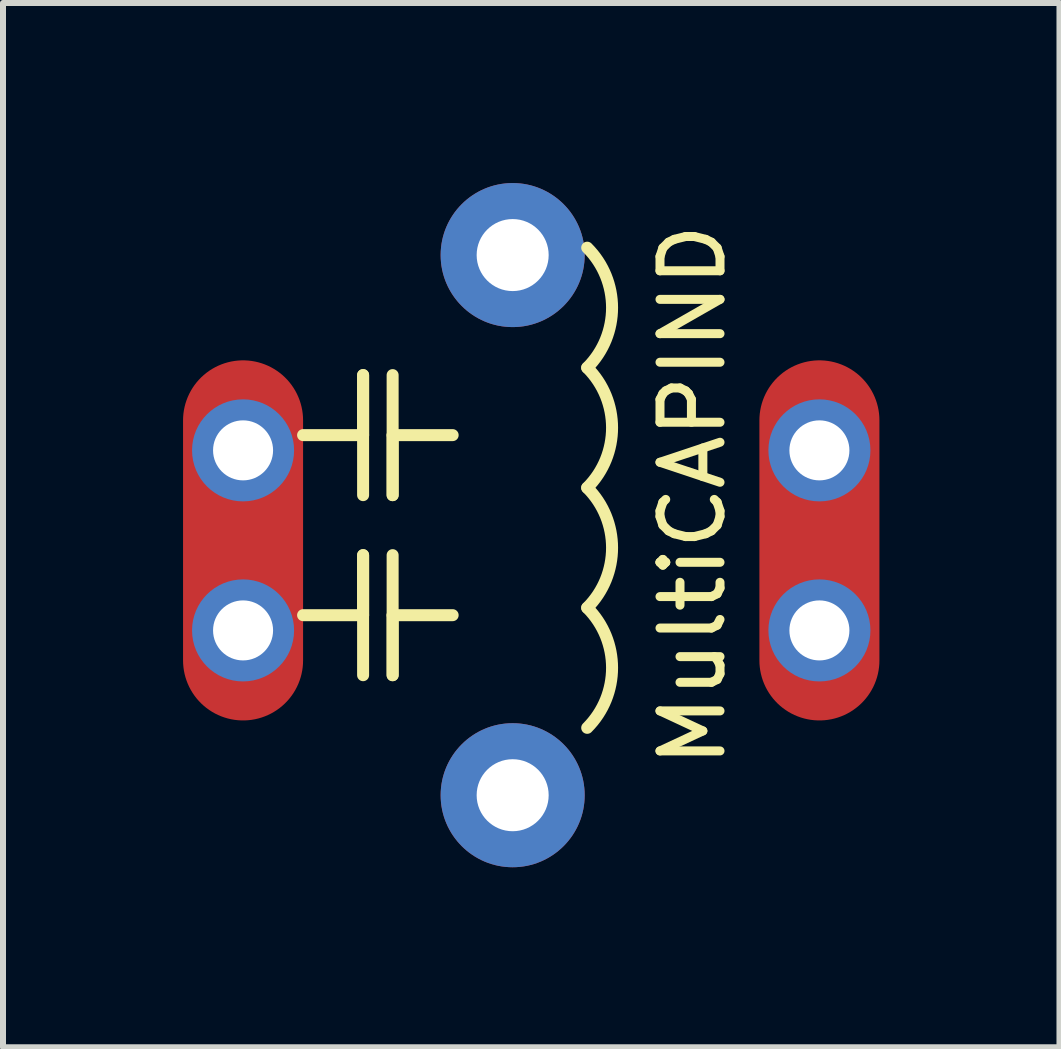
<source format=kicad_pcb>
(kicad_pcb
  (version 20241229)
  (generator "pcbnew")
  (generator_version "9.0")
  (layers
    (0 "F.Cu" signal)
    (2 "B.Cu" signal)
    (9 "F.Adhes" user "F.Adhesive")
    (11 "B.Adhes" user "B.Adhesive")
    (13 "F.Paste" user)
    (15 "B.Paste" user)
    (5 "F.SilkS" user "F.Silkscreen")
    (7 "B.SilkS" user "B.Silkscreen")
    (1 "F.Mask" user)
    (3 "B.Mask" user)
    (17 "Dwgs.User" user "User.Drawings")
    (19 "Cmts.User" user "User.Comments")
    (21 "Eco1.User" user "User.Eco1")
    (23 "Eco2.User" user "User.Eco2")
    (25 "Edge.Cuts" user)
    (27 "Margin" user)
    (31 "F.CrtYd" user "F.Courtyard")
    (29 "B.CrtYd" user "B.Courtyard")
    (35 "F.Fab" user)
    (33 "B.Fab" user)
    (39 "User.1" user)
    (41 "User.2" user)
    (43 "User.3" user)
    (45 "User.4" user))
  (footprint "MultiCAPIND"
    (layer "F.Cu")
    (at 5.492 6.2)
    (property "Reference" "MultiCAPIND" (at 3 -1 90) (layer "F.SilkS") (effects (font (size 1 1) (thickness 0.15))))
    (attr through_hole)
    (fp_line (start -2.492 -3) (end -2.492 -2) (stroke (width 0.2) (type solid)) (layer "F.SilkS"))
    (fp_line (start -2.492 -2) (end -3.492 -2) (stroke (width 0.2) (type solid)) (layer "F.SilkS"))
    (fp_line (start -2.492 -1) (end -2.492 -3) (stroke (width 0.2) (type solid)) (layer "F.SilkS"))
    (fp_line (start -2.492 0) (end -2.492 1) (stroke (width 0.2) (type solid)) (layer "F.SilkS"))
    (fp_line (start -2.492 1) (end -3.492 1) (stroke (width 0.2) (type solid)) (layer "F.SilkS"))
    (fp_line (start -2.492 2) (end -2.492 0) (stroke (width 0.2) (type solid)) (layer "F.SilkS"))
    (fp_line (start -2 -3) (end -2 -1) (stroke (width 0.2) (type solid)) (layer "F.SilkS"))
    (fp_line (start -2 -1) (end -2 -2) (stroke (width 0.2) (type solid)) (layer "F.SilkS"))
    (fp_line (start -2 0) (end -2 2) (stroke (width 0.2) (type solid)) (layer "F.SilkS"))
    (fp_line (start -2 2) (end -2 1) (stroke (width 0.2) (type solid)) (layer "F.SilkS"))
    (fp_line (start -1 -2) (end -2 -2) (stroke (width 0.2) (type solid)) (layer "F.SilkS"))
    (fp_line (start -1 1) (end -2 1) (stroke (width 0.2) (type solid)) (layer "F.SilkS"))
    (fp_arc (start 1.242 -5.123) (mid 1.656214 -4.123) (end 1.242 -3.123) (stroke (width 0.2) (type solid)) (layer "F.SilkS"))
    (fp_arc (start 1.242 -3.123) (mid 1.656214 -2.123) (end 1.242 -1.123) (stroke (width 0.2) (type solid)) (layer "F.SilkS"))
    (fp_arc (start 1.242 -1.123) (mid 1.656214 -0.123) (end 1.242 0.877) (stroke (width 0.2) (type solid)) (layer "F.SilkS"))
    (fp_arc (start 1.242 0.877) (mid 1.656214 1.877) (end 1.242 2.877) (stroke (width 0.2) (type solid)) (layer "F.SilkS"))
    (pad "1" thru_hole circle (at -4.492 -1.746) (size 1.7 1.7) (drill 1) (layers "*.Cu" "*.Mask"))
    (pad "1" smd oval (at -4.492 -0.246) (size 2 6) (layers "F.Cu" "F.Mask" "F.Paste"))
    (pad "1" thru_hole circle (at -4.492 1.254) (size 1.7 1.7) (drill 1) (layers "*.Cu" "*.Mask"))
    (pad "2" thru_hole circle (at 5.111 -1.746) (size 1.7 1.7) (drill 1) (layers "*.Cu" "*.Mask"))
    (pad "2" smd oval (at 5.111 -0.246) (size 2 6) (layers "F.Cu" "F.Mask" "F.Paste"))
    (pad "2" thru_hole circle (at 5.111 1.254) (size 1.7 1.7) (drill 1) (layers "*.Cu" "*.Mask"))
    (pad "3" thru_hole circle (at 0 -5) (size 2.4 2.4) (drill 1.2) (layers "*.Cu" "*.Mask"))
    (pad "4" thru_hole circle (at 0 4) (size 2.4 2.4) (drill 1.2) (layers "*.Cu" "*.Mask")))
  (gr_rect
    (start -3 -3)
    (end 14.603 14.4)
    (stroke (width 0.1) (type default))
    (fill no)
    (layer "Edge.Cuts")))
</source>
